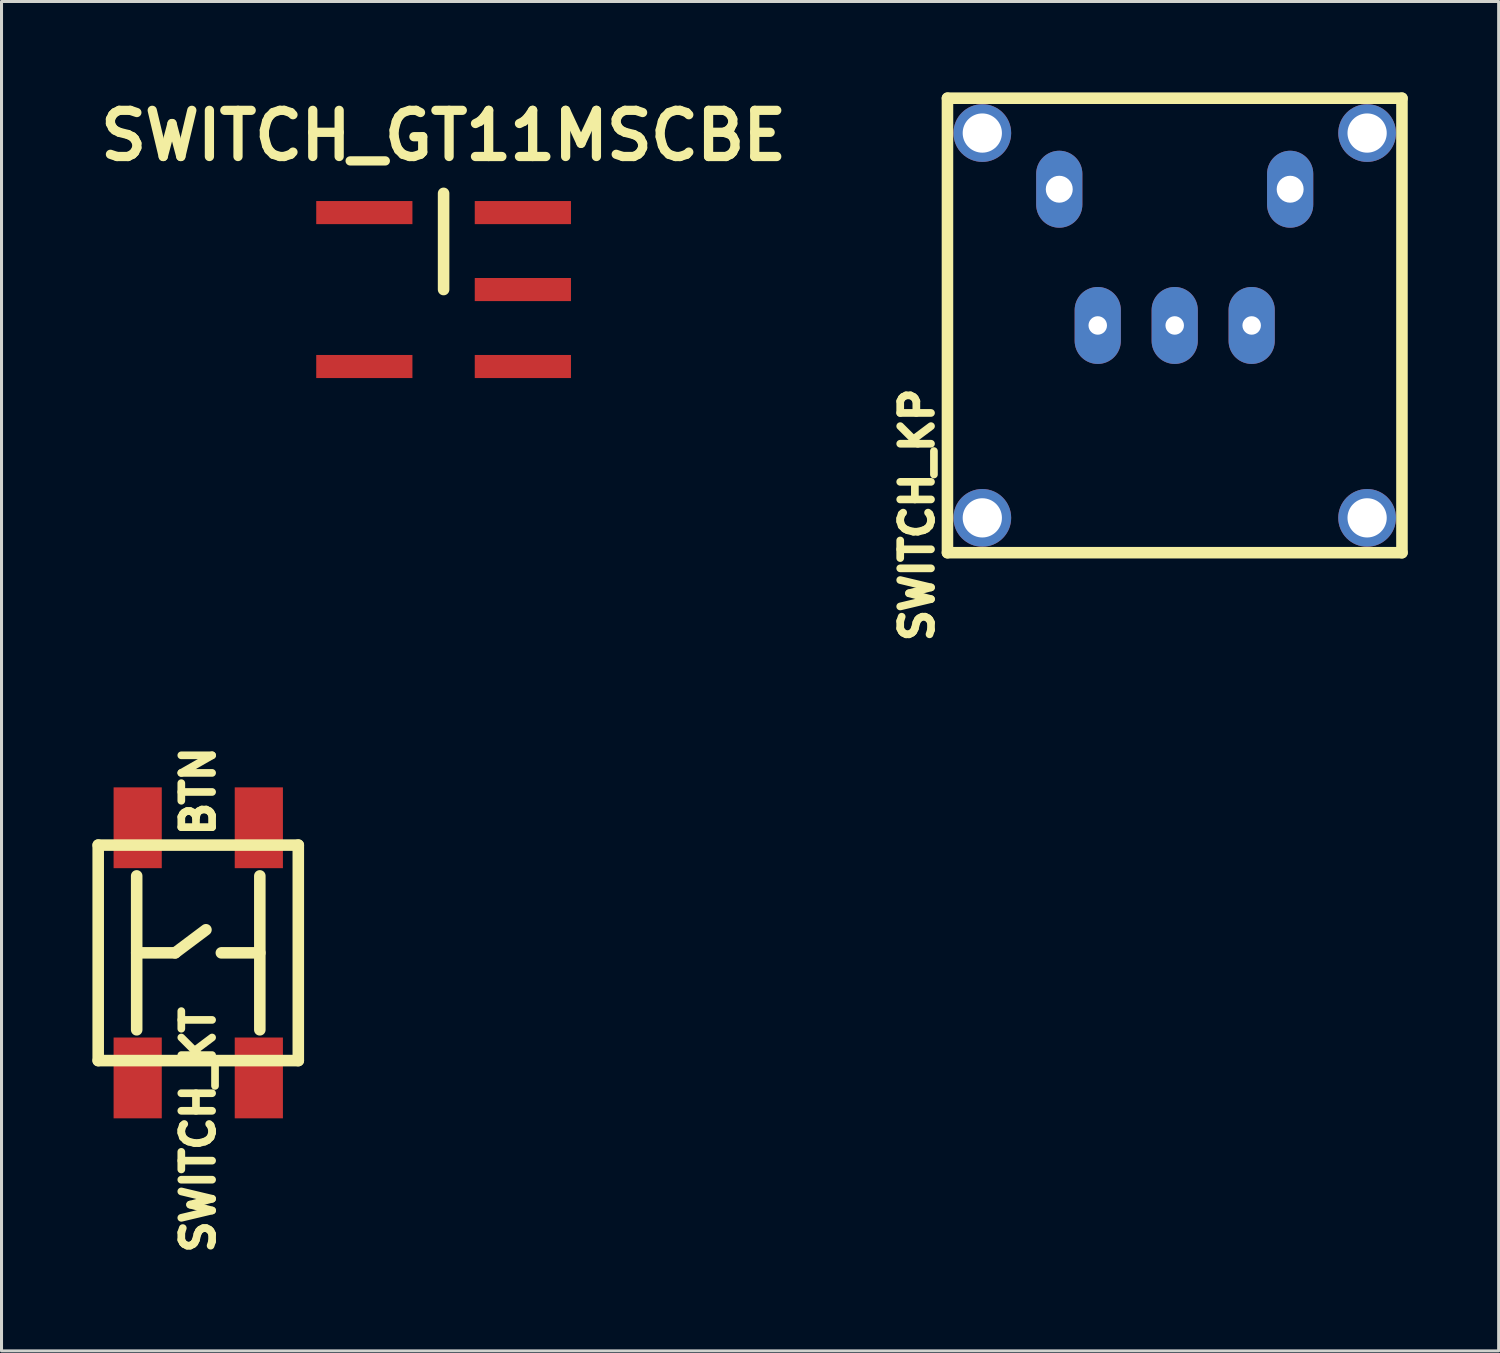
<source format=kicad_pcb>
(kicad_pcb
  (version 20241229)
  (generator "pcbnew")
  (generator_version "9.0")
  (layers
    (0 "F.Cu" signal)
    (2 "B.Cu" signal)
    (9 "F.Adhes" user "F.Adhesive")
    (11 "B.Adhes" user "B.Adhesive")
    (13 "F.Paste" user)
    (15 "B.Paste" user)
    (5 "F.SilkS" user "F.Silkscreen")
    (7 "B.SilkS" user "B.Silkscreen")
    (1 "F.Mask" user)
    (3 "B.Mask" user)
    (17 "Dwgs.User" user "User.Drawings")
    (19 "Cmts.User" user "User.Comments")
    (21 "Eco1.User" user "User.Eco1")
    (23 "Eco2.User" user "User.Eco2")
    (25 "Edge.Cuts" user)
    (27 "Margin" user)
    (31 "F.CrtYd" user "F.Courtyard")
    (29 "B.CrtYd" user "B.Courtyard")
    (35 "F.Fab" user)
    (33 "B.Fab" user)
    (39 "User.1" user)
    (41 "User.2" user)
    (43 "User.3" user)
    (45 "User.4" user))
  (footprint "SWITCH_GT11MSCBE"
    (layer "F.Cu")
    (at 11.59 6.506)
    (property "Reference" "SWITCH_GT11MSCBE" (at 0 -5.08 0) (layer "F.SilkS") (effects (font (size 1.524 1.524) (thickness 0.305))))
    (property "Value" "${VALUE}" (at 0 5.08 0) (layer "F.SilkS") (hide yes) (effects (font (size 1.524 1.524) (thickness 0.305))))
    (attr through_hole)
    (fp_line (start 0 0) (end 0 -3.175) (stroke (width 0.381) (type solid)) (layer "F.SilkS"))
    (pad "1" smd rect (at 2.616 -2.54) (size 3.175 0.762) (layers "F.Cu" "F.Mask" "F.Paste"))
    (pad "2" smd rect (at 2.616 0) (size 3.175 0.762) (layers "F.Cu" "F.Mask" "F.Paste"))
    (pad "3" smd rect (at 2.616 2.54) (size 3.175 0.762) (layers "F.Cu" "F.Mask" "F.Paste"))
    (pad "4" smd rect (at -2.616 -2.54) (size 3.175 0.762) (layers "F.Cu" "F.Mask" "F.Paste"))
    (pad "6" smd rect (at -2.616 2.54) (size 3.175 0.762) (layers "F.Cu" "F.Mask" "F.Paste")))
  (footprint "SWITCH_KP"
    (layer "F.Cu")
    (at 35.719 7.691)
    (property "Reference" "SWITCH_KP" (at -8.5 6.25 90) (layer "F.SilkS") (effects (font (size 1.016 1.016) (thickness 0.254))))
    (property "Value" "${VALUE}" (at 0 2.5 0) (layer "F.SilkS") (hide yes) (effects (font (size 1.016 1.016) (thickness 0.254))))
    (attr through_hole)
    (fp_line (start -7.5 -7.5) (end -7.5 7.5) (stroke (width 0.381) (type solid)) (layer "F.SilkS"))
    (fp_line (start -7.5 7.5) (end 7.5 7.5) (stroke (width 0.381) (type solid)) (layer "F.SilkS"))
    (fp_line (start 7.5 -7.5) (end -7.5 -7.5) (stroke (width 0.381) (type solid)) (layer "F.SilkS"))
    (fp_line (start 7.5 7.5) (end 7.5 -7.5) (stroke (width 0.381) (type solid)) (layer "F.SilkS"))
    (pad "" thru_hole circle (at -6.35 -6.35) (size 1.905 1.905) (drill 1.295) (layers "*.Cu" "*.Mask"))
    (pad "" thru_hole circle (at -6.35 6.35) (size 1.905 1.905) (drill 1.295) (layers "*.Cu" "*.Mask"))
    (pad "" thru_hole circle (at 6.35 -6.35) (size 1.905 1.905) (drill 1.295) (layers "*.Cu" "*.Mask"))
    (pad "" thru_hole circle (at 6.35 6.35) (size 1.905 1.905) (drill 1.295) (layers "*.Cu" "*.Mask"))
    (pad "1" thru_hole oval (at -3.81 -4.496) (size 1.524 2.54) (drill 0.889) (layers "*.Cu" "*.Mask"))
    (pad "1a" thru_hole oval (at 3.81 -4.496) (size 1.524 2.54) (drill 0.889) (layers "*.Cu" "*.Mask"))
    (pad "COM" thru_hole oval (at 0 0) (size 1.524 2.54) (drill 0.61) (layers "*.Cu" "*.Mask"))
    (pad "L1" thru_hole oval (at -2.54 0) (size 1.524 2.54) (drill 0.61) (layers "*.Cu" "*.Mask"))
    (pad "L2" thru_hole oval (at 2.54 0) (size 1.524 2.54) (drill 0.61) (layers "*.Cu" "*.Mask")))
  (footprint "SWITCH_KT"
    (layer "F.Cu")
    (at 3.493 28.397)
    (property "Reference" "SWITCH_KT" (at 0 5.842 90) (layer "F.SilkS") (effects (font (size 1.016 1.016) (thickness 0.254))))
    (property "Value" "${VALUE}" (at 0 6.35 0) (layer "F.SilkS") (hide yes) (effects (font (size 1.016 1.016) (thickness 0.254))))
    (attr through_hole)
    (fp_line (start -3.302 -3.556) (end -3.302 3.556) (stroke (width 0.381) (type solid)) (layer "F.SilkS"))
    (fp_line (start -3.302 3.556) (end 3.302 3.556) (stroke (width 0.381) (type solid)) (layer "F.SilkS"))
    (fp_line (start -2.032 -2.54) (end -2.032 2.54) (stroke (width 0.381) (type solid)) (layer "F.SilkS"))
    (fp_line (start -2.032 0) (end -0.762 0) (stroke (width 0.381) (type solid)) (layer "F.SilkS"))
    (fp_line (start -0.762 0) (end 0.254 -0.762) (stroke (width 0.381) (type solid)) (layer "F.SilkS"))
    (fp_line (start 2.032 -2.54) (end 2.032 2.54) (stroke (width 0.381) (type solid)) (layer "F.SilkS"))
    (fp_line (start 2.032 0) (end 0.762 0) (stroke (width 0.381) (type solid)) (layer "F.SilkS"))
    (fp_line (start 3.302 -3.556) (end -3.302 -3.556) (stroke (width 0.381) (type solid)) (layer "F.SilkS"))
    (fp_line (start 3.302 3.556) (end 3.302 -3.556) (stroke (width 0.381) (type solid)) (layer "F.SilkS"))
    (fp_text user "BTN" (at 0 -5.334 270) (layer "F.SilkS") (effects (font (size 1.016 1.016) (thickness 0.254))))
    (pad "1" smd rect (at 1.999 -4.128 270) (size 2.667 1.59) (layers "F.Cu" "F.Mask" "F.Paste"))
    (pad "2" smd rect (at 1.999 4.128 270) (size 2.667 1.59) (layers "F.Cu" "F.Mask" "F.Paste"))
    (pad "3" smd rect (at -1.999 -4.128 270) (size 2.667 1.59) (layers "F.Cu" "F.Mask" "F.Paste"))
    (pad "4" smd rect (at -1.999 4.128 270) (size 2.667 1.59) (layers "F.Cu" "F.Mask" "F.Paste")))
  (gr_rect
    (start -3 -3)
    (end 46.41 41.534)
    (stroke (width 0.1) (type default))
    (fill no)
    (layer "Edge.Cuts")))
</source>
